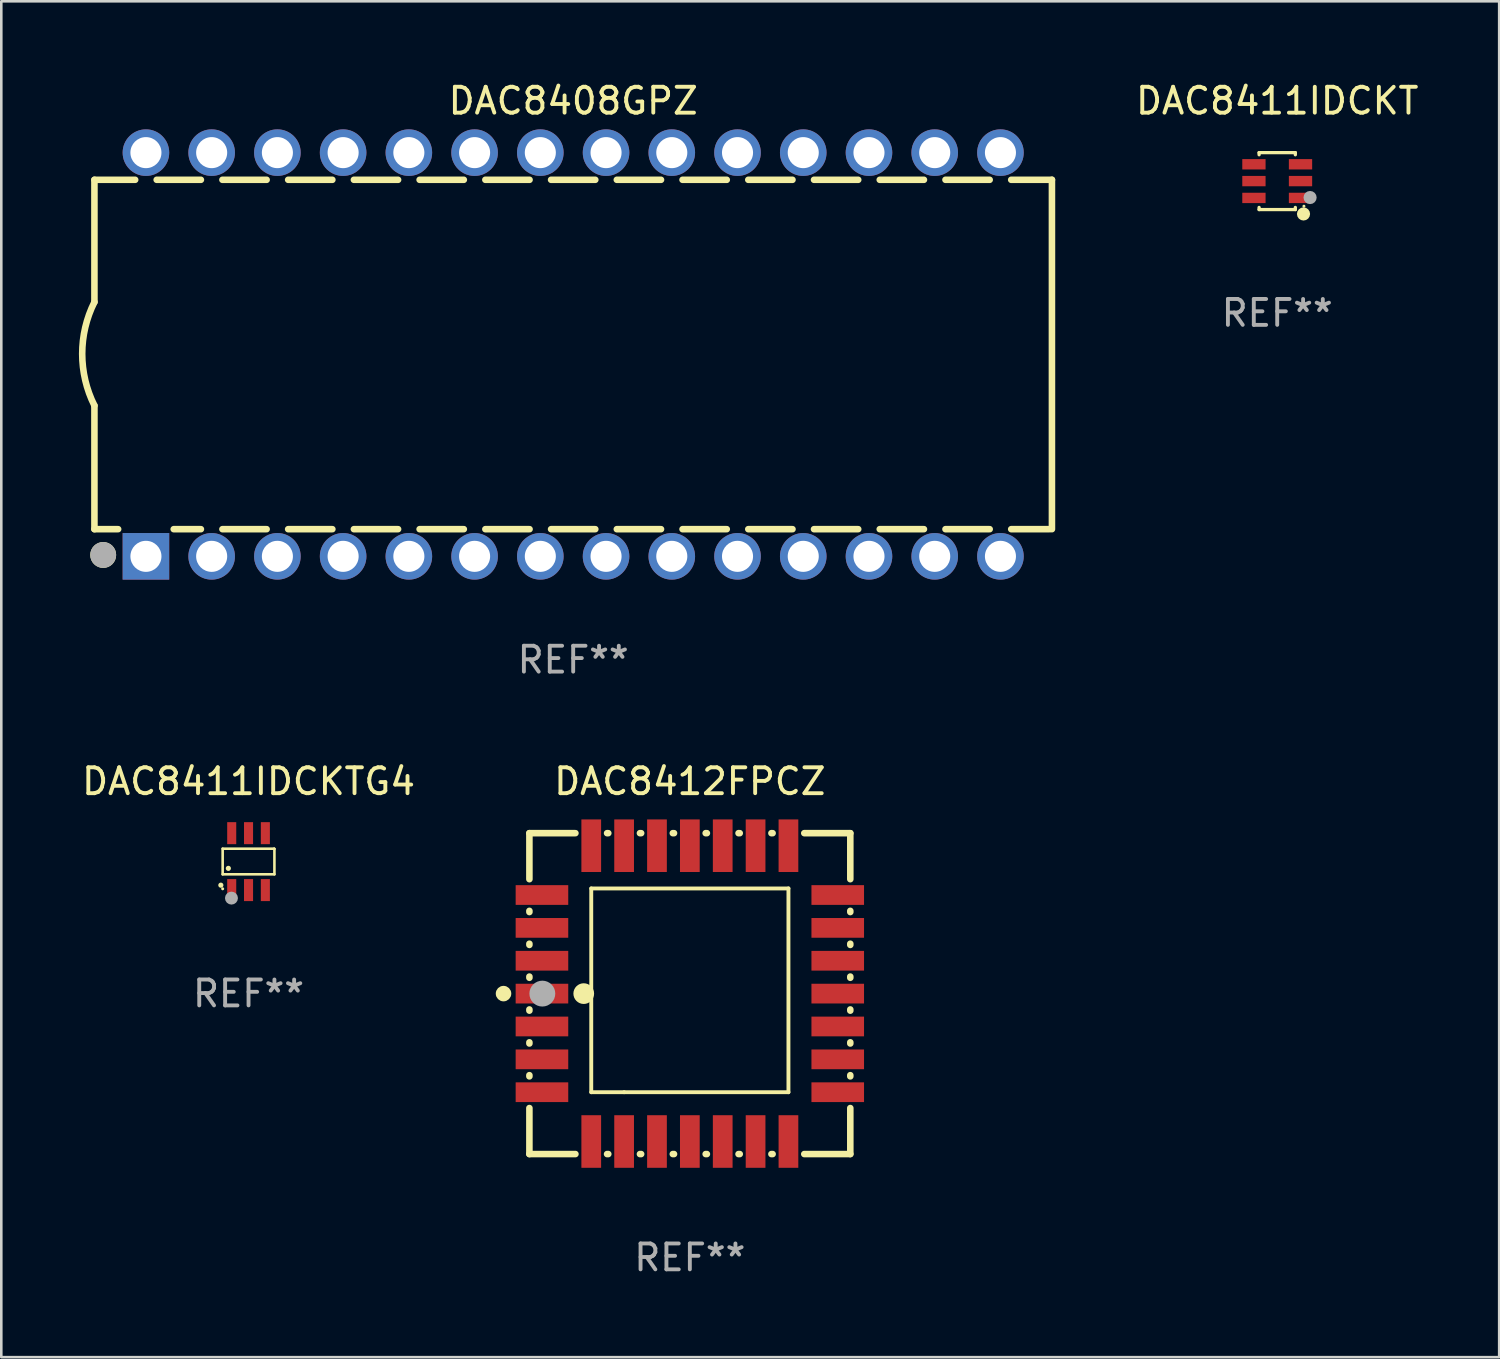
<source format=kicad_pcb>
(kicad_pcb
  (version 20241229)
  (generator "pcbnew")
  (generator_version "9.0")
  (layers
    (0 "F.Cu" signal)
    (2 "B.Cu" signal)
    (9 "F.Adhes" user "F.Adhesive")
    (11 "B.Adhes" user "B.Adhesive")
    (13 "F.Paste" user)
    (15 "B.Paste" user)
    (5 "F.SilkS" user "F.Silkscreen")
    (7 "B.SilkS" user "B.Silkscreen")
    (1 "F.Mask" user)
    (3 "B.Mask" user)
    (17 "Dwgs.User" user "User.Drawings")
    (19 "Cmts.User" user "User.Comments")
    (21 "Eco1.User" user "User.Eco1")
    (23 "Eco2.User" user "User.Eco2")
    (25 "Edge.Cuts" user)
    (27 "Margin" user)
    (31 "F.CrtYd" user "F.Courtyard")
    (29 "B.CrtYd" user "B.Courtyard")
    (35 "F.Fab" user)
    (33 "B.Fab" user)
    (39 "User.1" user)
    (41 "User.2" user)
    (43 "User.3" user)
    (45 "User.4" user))
  (footprint "DAC8411IDCKTG4"
    (layer "F.Cu")
    (at 6.554 30.245)
    (property "Reference" "DAC8411IDCKTG4" (at 0 -3.1 0) (layer "F.SilkS") (effects (font (size 1 1) (thickness 0.15))))
    (attr through_hole)
    (fp_line (start -1 -0.5) (end -1 0.49) (stroke (width 0.1) (type solid)) (layer "F.SilkS"))
    (fp_line (start -1 0.49) (end 1 0.49) (stroke (width 0.1) (type solid)) (layer "F.SilkS"))
    (fp_line (start 0.99 -0.5) (end -1 -0.5) (stroke (width 0.1) (type solid)) (layer "F.SilkS"))
    (fp_line (start 1 -0.49) (end 0.99 -0.5) (stroke (width 0.1) (type solid)) (layer "F.SilkS"))
    (fp_line (start 1 0.49) (end 1 -0.49) (stroke (width 0.1) (type solid)) (layer "F.SilkS"))
    (fp_circle (center -1.07 0.91) (end -1.02 0.91) (stroke (width 0.1) (type solid)) (fill no) (layer "F.SilkS"))
    (fp_circle (center -1 1.05) (end -0.97 1.05) (stroke (width 0.06) (type solid)) (fill no) (layer "F.SilkS"))
    (fp_circle (center -0.78 0.26) (end -0.73 0.26) (stroke (width 0.1) (type solid)) (fill no) (layer "F.SilkS"))
    (fp_circle (center -0.66 1.41) (end -0.535 1.41) (stroke (width 0.25) (type solid)) (fill no) (layer "F.Fab"))
    (fp_text user "REF**" (at 0 5.1 0) (layer "F.Fab") (effects (font (size 1 1) (thickness 0.15))))
    (pad "1" smd rect (at -0.65 1.1) (size 0.35 0.85) (layers "F.Cu" "F.Mask" "F.Paste"))
    (pad "2" smd rect (at 0 1.1) (size 0.35 0.85) (layers "F.Cu" "F.Mask" "F.Paste"))
    (pad "3" smd rect (at 0.65 1.1) (size 0.35 0.85) (layers "F.Cu" "F.Mask" "F.Paste"))
    (pad "4" smd rect (at 0.65 -1.1) (size 0.35 0.85) (layers "F.Cu" "F.Mask" "F.Paste"))
    (pad "5" smd rect (at 0 -1.1) (size 0.35 0.85) (layers "F.Cu" "F.Mask" "F.Paste"))
    (pad "6" smd rect (at -0.65 -1.1) (size 0.35 0.85) (layers "F.Cu" "F.Mask" "F.Paste")))
  (footprint "DAC8411IDCKT"
    (layer "F.Cu")
    (at 46.304 3.948)
    (property "Reference" "DAC8411IDCKT" (at 0 -3.1 0) (layer "F.SilkS") (effects (font (size 1 1) (thickness 0.15))))
    (attr through_hole)
    (fp_line (start -0.7 -1.018) (end -0.7 -1.1) (stroke (width 0.127) (type solid)) (layer "F.SilkS"))
    (fp_line (start -0.7 1.1) (end -0.7 1.018) (stroke (width 0.127) (type solid)) (layer "F.SilkS"))
    (fp_line (start 0.7 -1.1) (end -0.7 -1.1) (stroke (width 0.127) (type solid)) (layer "F.SilkS"))
    (fp_line (start 0.7 -1.018) (end 0.7 -1.1) (stroke (width 0.127) (type solid)) (layer "F.SilkS"))
    (fp_line (start 0.7 1.1) (end -0.7 1.1) (stroke (width 0.127) (type solid)) (layer "F.SilkS"))
    (fp_line (start 0.7 1.1) (end 0.7 1.018) (stroke (width 0.127) (type solid)) (layer "F.SilkS"))
    (fp_circle (center 1.016 1.27) (end 1.143 1.27) (stroke (width 0.254) (type solid)) (fill no) (layer "F.SilkS"))
    (fp_circle (center 1.032 0.97) (end 1.062 0.97) (stroke (width 0.06) (type solid)) (fill no) (layer "F.SilkS"))
    (fp_circle (center 1.27 0.635) (end 1.397 0.635) (stroke (width 0.254) (type solid)) (fill no) (layer "F.Fab"))
    (fp_text user "REF**" (at 0 5.1 0) (layer "F.Fab") (effects (font (size 1 1) (thickness 0.15))))
    (pad "1" smd rect (at 0.9 0.65 90) (size 0.4 0.9) (layers "F.Cu" "F.Mask" "F.Paste"))
    (pad "2" smd rect (at 0.9 -0.000102 90) (size 0.4 0.9) (layers "F.Cu" "F.Mask" "F.Paste"))
    (pad "3" smd rect (at 0.9 -0.65 90) (size 0.4 0.9) (layers "F.Cu" "F.Mask" "F.Paste"))
    (pad "4" smd rect (at -0.9 -0.65 90) (size 0.4 0.9) (layers "F.Cu" "F.Mask" "F.Paste"))
    (pad "5" smd rect (at -0.9 -0.000102 90) (size 0.4 0.9) (layers "F.Cu" "F.Mask" "F.Paste"))
    (pad "6" smd rect (at -0.9 0.65 90) (size 0.4 0.9) (layers "F.Cu" "F.Mask" "F.Paste")))
  (footprint "DAC8408GPZ"
    (layer "F.Cu")
    (at 19.099 10.648)
    (property "Reference" "DAC8408GPZ" (at 0 -9.8 0) (layer "F.SilkS") (effects (font (size 1 1) (thickness 0.15))))
    (attr through_hole)
    (fp_line (start -18.5 -6.75) (end -18.5 -2.026) (stroke (width 0.254) (type solid)) (layer "F.SilkS"))
    (fp_line (start -18.5 -6.75) (end -16.926 -6.75) (stroke (width 0.254) (type solid)) (layer "F.SilkS"))
    (fp_line (start -18.5 6.75) (end -18.5 1.974) (stroke (width 0.254) (type solid)) (layer "F.SilkS"))
    (fp_line (start -18.5 6.75) (end -17.584 6.75) (stroke (width 0.254) (type solid)) (layer "F.SilkS"))
    (fp_line (start -16.094 -6.75) (end -14.386 -6.75) (stroke (width 0.254) (type solid)) (layer "F.SilkS"))
    (fp_line (start -15.436 6.75) (end -14.386 6.75) (stroke (width 0.254) (type solid)) (layer "F.SilkS"))
    (fp_line (start -13.554 -6.75) (end -11.846 -6.75) (stroke (width 0.254) (type solid)) (layer "F.SilkS"))
    (fp_line (start -13.554 6.75) (end -11.846 6.75) (stroke (width 0.254) (type solid)) (layer "F.SilkS"))
    (fp_line (start -11.014 -6.75) (end -9.306 -6.75) (stroke (width 0.254) (type solid)) (layer "F.SilkS"))
    (fp_line (start -11.014 6.75) (end -9.306 6.75) (stroke (width 0.254) (type solid)) (layer "F.SilkS"))
    (fp_line (start -8.474 -6.75) (end -6.766 -6.75) (stroke (width 0.254) (type solid)) (layer "F.SilkS"))
    (fp_line (start -8.474 6.75) (end -6.766 6.75) (stroke (width 0.254) (type solid)) (layer "F.SilkS"))
    (fp_line (start -5.934 -6.75) (end -4.226 -6.75) (stroke (width 0.254) (type solid)) (layer "F.SilkS"))
    (fp_line (start -5.934 6.75) (end -4.226 6.75) (stroke (width 0.254) (type solid)) (layer "F.SilkS"))
    (fp_line (start -3.394 -6.75) (end -1.686 -6.75) (stroke (width 0.254) (type solid)) (layer "F.SilkS"))
    (fp_line (start -3.394 6.75) (end -1.686 6.75) (stroke (width 0.254) (type solid)) (layer "F.SilkS"))
    (fp_line (start -0.854 -6.75) (end 0.854 -6.75) (stroke (width 0.254) (type solid)) (layer "F.SilkS"))
    (fp_line (start -0.854 6.75) (end 0.854 6.75) (stroke (width 0.254) (type solid)) (layer "F.SilkS"))
    (fp_line (start 1.686 -6.75) (end 3.394 -6.75) (stroke (width 0.254) (type solid)) (layer "F.SilkS"))
    (fp_line (start 1.686 6.75) (end 3.394 6.75) (stroke (width 0.254) (type solid)) (layer "F.SilkS"))
    (fp_line (start 4.226 -6.75) (end 5.934 -6.75) (stroke (width 0.254) (type solid)) (layer "F.SilkS"))
    (fp_line (start 4.226 6.75) (end 5.934 6.75) (stroke (width 0.254) (type solid)) (layer "F.SilkS"))
    (fp_line (start 6.766 -6.75) (end 8.474 -6.75) (stroke (width 0.254) (type solid)) (layer "F.SilkS"))
    (fp_line (start 6.766 6.75) (end 8.474 6.75) (stroke (width 0.254) (type solid)) (layer "F.SilkS"))
    (fp_line (start 9.306 -6.75) (end 11.014 -6.75) (stroke (width 0.254) (type solid)) (layer "F.SilkS"))
    (fp_line (start 9.306 6.75) (end 11.014 6.75) (stroke (width 0.254) (type solid)) (layer "F.SilkS"))
    (fp_line (start 11.846 -6.75) (end 13.554 -6.75) (stroke (width 0.254) (type solid)) (layer "F.SilkS"))
    (fp_line (start 11.846 6.75) (end 13.554 6.75) (stroke (width 0.254) (type solid)) (layer "F.SilkS"))
    (fp_line (start 14.386 -6.75) (end 16.094 -6.75) (stroke (width 0.254) (type solid)) (layer "F.SilkS"))
    (fp_line (start 14.386 6.75) (end 16.094 6.75) (stroke (width 0.254) (type solid)) (layer "F.SilkS"))
    (fp_line (start 16.926 -6.75) (end 18.5 -6.75) (stroke (width 0.254) (type solid)) (layer "F.SilkS"))
    (fp_line (start 16.926 6.75) (end 18.415 6.75) (stroke (width 0.254) (type solid)) (layer "F.SilkS"))
    (fp_line (start 18.5 6.75) (end 18.5 -6.75) (stroke (width 0.254) (type solid)) (layer "F.SilkS"))
    (fp_arc (start -18.500051 1.974384) (mid -18.972187 -0.025616) (end -18.500051 -2.025616) (stroke (width 0.254001) (type solid)) (layer "F.SilkS"))
    (fp_circle (center -18.5 7.8) (end -18.47 7.8) (stroke (width 0.06) (type solid)) (fill no) (layer "F.SilkS"))
    (fp_circle (center -18.161 7.747) (end -17.911 7.747) (stroke (width 0.5) (type solid)) (fill no) (layer "F.SilkS"))
    (fp_circle (center -18.161 7.747) (end -17.911 7.747) (stroke (width 0.5) (type solid)) (fill no) (layer "F.Fab"))
    (fp_text user "REF**" (at 0 11.8 0) (layer "F.Fab") (effects (font (size 1 1) (thickness 0.15))))
    (pad "1" thru_hole rect (at -16.51 7.8) (size 1.8 1.8) (drill 1.2) (layers "*.Cu" "*.Mask"))
    (pad "2" thru_hole circle (at -13.97 7.8) (size 1.8 1.8) (drill 1.2) (layers "*.Cu" "*.Mask"))
    (pad "3" thru_hole circle (at -11.43 7.8) (size 1.8 1.8) (drill 1.2) (layers "*.Cu" "*.Mask"))
    (pad "4" thru_hole circle (at -8.89 7.8) (size 1.8 1.8) (drill 1.2) (layers "*.Cu" "*.Mask"))
    (pad "5" thru_hole circle (at -6.35 7.8) (size 1.8 1.8) (drill 1.2) (layers "*.Cu" "*.Mask"))
    (pad "6" thru_hole circle (at -3.81 7.8) (size 1.8 1.8) (drill 1.2) (layers "*.Cu" "*.Mask"))
    (pad "7" thru_hole circle (at -1.27 7.8) (size 1.8 1.8) (drill 1.2) (layers "*.Cu" "*.Mask"))
    (pad "8" thru_hole circle (at 1.27 7.8) (size 1.8 1.8) (drill 1.2) (layers "*.Cu" "*.Mask"))
    (pad "9" thru_hole circle (at 3.81 7.8) (size 1.8 1.8) (drill 1.2) (layers "*.Cu" "*.Mask"))
    (pad "10" thru_hole circle (at 6.35 7.8) (size 1.8 1.8) (drill 1.2) (layers "*.Cu" "*.Mask"))
    (pad "11" thru_hole circle (at 8.89 7.8) (size 1.8 1.8) (drill 1.2) (layers "*.Cu" "*.Mask"))
    (pad "12" thru_hole circle (at 11.43 7.8) (size 1.8 1.8) (drill 1.2) (layers "*.Cu" "*.Mask"))
    (pad "13" thru_hole circle (at 13.97 7.8) (size 1.8 1.8) (drill 1.2) (layers "*.Cu" "*.Mask"))
    (pad "14" thru_hole circle (at 16.51 7.8) (size 1.8 1.8) (drill 1.2) (layers "*.Cu" "*.Mask"))
    (pad "15" thru_hole circle (at 16.51 -7.8) (size 1.8 1.8) (drill 1.2) (layers "*.Cu" "*.Mask"))
    (pad "16" thru_hole circle (at 13.97 -7.8) (size 1.8 1.8) (drill 1.2) (layers "*.Cu" "*.Mask"))
    (pad "17" thru_hole circle (at 11.43 -7.8) (size 1.8 1.8) (drill 1.2) (layers "*.Cu" "*.Mask"))
    (pad "18" thru_hole circle (at 8.89 -7.8) (size 1.8 1.8) (drill 1.2) (layers "*.Cu" "*.Mask"))
    (pad "19" thru_hole circle (at 6.35 -7.8) (size 1.8 1.8) (drill 1.2) (layers "*.Cu" "*.Mask"))
    (pad "20" thru_hole circle (at 3.81 -7.8) (size 1.8 1.8) (drill 1.2) (layers "*.Cu" "*.Mask"))
    (pad "21" thru_hole circle (at 1.27 -7.8) (size 1.8 1.8) (drill 1.2) (layers "*.Cu" "*.Mask"))
    (pad "22" thru_hole circle (at -1.27 -7.8) (size 1.8 1.8) (drill 1.2) (layers "*.Cu" "*.Mask"))
    (pad "23" thru_hole circle (at -3.81 -7.8) (size 1.8 1.8) (drill 1.2) (layers "*.Cu" "*.Mask"))
    (pad "24" thru_hole circle (at -6.35 -7.8) (size 1.8 1.8) (drill 1.2) (layers "*.Cu" "*.Mask"))
    (pad "25" thru_hole circle (at -8.89 -7.8) (size 1.8 1.8) (drill 1.2) (layers "*.Cu" "*.Mask"))
    (pad "26" thru_hole circle (at -11.43 -7.8) (size 1.8 1.8) (drill 1.2) (layers "*.Cu" "*.Mask"))
    (pad "27" thru_hole circle (at -13.97 -7.8) (size 1.8 1.8) (drill 1.2) (layers "*.Cu" "*.Mask"))
    (pad "28" thru_hole circle (at -16.51 -7.8) (size 1.8 1.8) (drill 1.2) (layers "*.Cu" "*.Mask")))
  (footprint "DAC8412FPCZ"
    (layer "F.Cu")
    (at 23.607 35.345)
    (property "Reference" "DAC8412FPCZ" (at 0 -8.2 0) (layer "F.SilkS") (effects (font (size 1 1) (thickness 0.15))))
    (attr through_hole)
    (fp_line (start -6.2 -6.2) (end -4.422 -6.2) (stroke (width 0.254) (type solid)) (layer "F.SilkS"))
    (fp_line (start -6.2 -4.422) (end -6.2 -6.2) (stroke (width 0.254) (type solid)) (layer "F.SilkS"))
    (fp_line (start -6.2 -3.152) (end -6.2 -3.198) (stroke (width 0.254) (type solid)) (layer "F.SilkS"))
    (fp_line (start -6.2 -1.882) (end -6.2 -1.928) (stroke (width 0.254) (type solid)) (layer "F.SilkS"))
    (fp_line (start -6.2 -0.612) (end -6.2 -0.658) (stroke (width 0.254) (type solid)) (layer "F.SilkS"))
    (fp_line (start -6.2 0.658) (end -6.2 0.612) (stroke (width 0.254) (type solid)) (layer "F.SilkS"))
    (fp_line (start -6.2 1.928) (end -6.2 1.882) (stroke (width 0.254) (type solid)) (layer "F.SilkS"))
    (fp_line (start -6.2 3.198) (end -6.2 3.152) (stroke (width 0.254) (type solid)) (layer "F.SilkS"))
    (fp_line (start -6.2 6.2) (end -6.2 4.422) (stroke (width 0.254) (type solid)) (layer "F.SilkS"))
    (fp_line (start -4.422 6.2) (end -6.2 6.2) (stroke (width 0.254) (type solid)) (layer "F.SilkS"))
    (fp_line (start -3.81 -4.064) (end 3.81 -4.064) (stroke (width 0.15) (type solid)) (layer "F.SilkS"))
    (fp_line (start -3.81 3.81) (end -3.81 -4.064) (stroke (width 0.15) (type solid)) (layer "F.SilkS"))
    (fp_line (start -3.198 -6.2) (end -3.152 -6.2) (stroke (width 0.254) (type solid)) (layer "F.SilkS"))
    (fp_line (start -3.152 6.2) (end -3.198 6.2) (stroke (width 0.254) (type solid)) (layer "F.SilkS"))
    (fp_line (start -2.54 3.81) (end -3.81 3.81) (stroke (width 0.15) (type solid)) (layer "F.SilkS"))
    (fp_line (start -1.928 -6.2) (end -1.882 -6.2) (stroke (width 0.254) (type solid)) (layer "F.SilkS"))
    (fp_line (start -1.882 6.2) (end -1.928 6.2) (stroke (width 0.254) (type solid)) (layer "F.SilkS"))
    (fp_line (start -0.658 -6.2) (end -0.612 -6.2) (stroke (width 0.254) (type solid)) (layer "F.SilkS"))
    (fp_line (start -0.612 6.2) (end -0.658 6.2) (stroke (width 0.254) (type solid)) (layer "F.SilkS"))
    (fp_line (start 0.612 -6.2) (end 0.658 -6.2) (stroke (width 0.254) (type solid)) (layer "F.SilkS"))
    (fp_line (start 0.658 6.2) (end 0.612 6.2) (stroke (width 0.254) (type solid)) (layer "F.SilkS"))
    (fp_line (start 1.882 -6.2) (end 1.928 -6.2) (stroke (width 0.254) (type solid)) (layer "F.SilkS"))
    (fp_line (start 1.928 6.2) (end 1.882 6.2) (stroke (width 0.254) (type solid)) (layer "F.SilkS"))
    (fp_line (start 3.152 -6.2) (end 3.198 -6.2) (stroke (width 0.254) (type solid)) (layer "F.SilkS"))
    (fp_line (start 3.198 6.2) (end 3.152 6.2) (stroke (width 0.254) (type solid)) (layer "F.SilkS"))
    (fp_line (start 3.81 -4.064) (end 3.81 3.81) (stroke (width 0.15) (type solid)) (layer "F.SilkS"))
    (fp_line (start 3.81 3.81) (end -2.54 3.81) (stroke (width 0.15) (type solid)) (layer "F.SilkS"))
    (fp_line (start 4.422 -6.2) (end 6.2 -6.2) (stroke (width 0.254) (type solid)) (layer "F.SilkS"))
    (fp_line (start 6.2 -6.2) (end 6.2 -4.422) (stroke (width 0.254) (type solid)) (layer "F.SilkS"))
    (fp_line (start 6.2 -3.198) (end 6.2 -3.152) (stroke (width 0.254) (type solid)) (layer "F.SilkS"))
    (fp_line (start 6.2 -1.928) (end 6.2 -1.882) (stroke (width 0.254) (type solid)) (layer "F.SilkS"))
    (fp_line (start 6.2 -0.658) (end 6.2 -0.612) (stroke (width 0.254) (type solid)) (layer "F.SilkS"))
    (fp_line (start 6.2 0.612) (end 6.2 0.658) (stroke (width 0.254) (type solid)) (layer "F.SilkS"))
    (fp_line (start 6.2 1.882) (end 6.2 1.928) (stroke (width 0.254) (type solid)) (layer "F.SilkS"))
    (fp_line (start 6.2 3.152) (end 6.2 3.198) (stroke (width 0.254) (type solid)) (layer "F.SilkS"))
    (fp_line (start 6.2 4.422) (end 6.2 6.2) (stroke (width 0.254) (type solid)) (layer "F.SilkS"))
    (fp_line (start 6.2 6.2) (end 4.422 6.2) (stroke (width 0.254) (type solid)) (layer "F.SilkS"))
    (fp_circle (center -7.2 0) (end -7.05 0) (stroke (width 0.3) (type solid)) (fill no) (layer "F.SilkS"))
    (fp_circle (center -6.223 6.223) (end -6.193 6.223) (stroke (width 0.06) (type solid)) (fill no) (layer "F.SilkS"))
    (fp_circle (center -4.1 0) (end -3.9 0) (stroke (width 0.4) (type solid)) (fill no) (layer "F.SilkS"))
    (fp_circle (center -5.7 0) (end -5.45 0) (stroke (width 0.5) (type solid)) (fill no) (layer "F.Fab"))
    (fp_text user "REF**" (at 0 10.2 0) (layer "F.Fab") (effects (font (size 1 1) (thickness 0.15))))
    (pad "1" smd rect (at -5.715 0) (size 2.032 0.762) (layers "F.Cu" "F.Mask" "F.Paste"))
    (pad "2" smd rect (at -5.715 1.27) (size 2.032 0.762) (layers "F.Cu" "F.Mask" "F.Paste"))
    (pad "3" smd rect (at -5.715 2.54) (size 2.032 0.762) (layers "F.Cu" "F.Mask" "F.Paste"))
    (pad "4" smd rect (at -5.715 3.81) (size 2.032 0.762) (layers "F.Cu" "F.Mask" "F.Paste"))
    (pad "5" smd rect (at -3.81 5.715) (size 0.762 2.032) (layers "F.Cu" "F.Mask" "F.Paste"))
    (pad "6" smd rect (at -2.54 5.715) (size 0.762 2.032) (layers "F.Cu" "F.Mask" "F.Paste"))
    (pad "7" smd rect (at -1.27 5.715) (size 0.762 2.032) (layers "F.Cu" "F.Mask" "F.Paste"))
    (pad "8" smd rect (at 0 5.715) (size 0.762 2.032) (layers "F.Cu" "F.Mask" "F.Paste"))
    (pad "9" smd rect (at 1.27 5.715) (size 0.762 2.032) (layers "F.Cu" "F.Mask" "F.Paste"))
    (pad "10" smd rect (at 2.54 5.715) (size 0.762 2.032) (layers "F.Cu" "F.Mask" "F.Paste"))
    (pad "11" smd rect (at 3.81 5.715) (size 0.762 2.032) (layers "F.Cu" "F.Mask" "F.Paste"))
    (pad "12" smd rect (at 5.715 3.81) (size 2.032 0.762) (layers "F.Cu" "F.Mask" "F.Paste"))
    (pad "13" smd rect (at 5.715 2.54) (size 2.032 0.762) (layers "F.Cu" "F.Mask" "F.Paste"))
    (pad "14" smd rect (at 5.715 1.27) (size 2.032 0.762) (layers "F.Cu" "F.Mask" "F.Paste"))
    (pad "15" smd rect (at 5.715 0) (size 2.032 0.762) (layers "F.Cu" "F.Mask" "F.Paste"))
    (pad "16" smd rect (at 5.715 -1.27) (size 2.032 0.762) (layers "F.Cu" "F.Mask" "F.Paste"))
    (pad "17" smd rect (at 5.715 -2.54) (size 2.032 0.762) (layers "F.Cu" "F.Mask" "F.Paste"))
    (pad "18" smd rect (at 5.715 -3.81) (size 2.032 0.762) (layers "F.Cu" "F.Mask" "F.Paste"))
    (pad "19" smd rect (at 3.81 -5.715) (size 0.762 2.032) (layers "F.Cu" "F.Mask" "F.Paste"))
    (pad "20" smd rect (at 2.54 -5.715) (size 0.762 2.032) (layers "F.Cu" "F.Mask" "F.Paste"))
    (pad "21" smd rect (at 1.27 -5.715) (size 0.762 2.032) (layers "F.Cu" "F.Mask" "F.Paste"))
    (pad "22" smd rect (at 0 -5.715) (size 0.762 2.032) (layers "F.Cu" "F.Mask" "F.Paste"))
    (pad "23" smd rect (at -1.27 -5.715) (size 0.762 2.032) (layers "F.Cu" "F.Mask" "F.Paste"))
    (pad "24" smd rect (at -2.54 -5.715) (size 0.762 2.032) (layers "F.Cu" "F.Mask" "F.Paste"))
    (pad "25" smd rect (at -3.81 -5.715) (size 0.762 2.032) (layers "F.Cu" "F.Mask" "F.Paste"))
    (pad "26" smd rect (at -5.715 -3.81) (size 2.032 0.762) (layers "F.Cu" "F.Mask" "F.Paste"))
    (pad "27" smd rect (at -5.715 -2.54) (size 2.032 0.762) (layers "F.Cu" "F.Mask" "F.Paste"))
    (pad "28" smd rect (at -5.715 -1.27) (size 2.032 0.762) (layers "F.Cu" "F.Mask" "F.Paste")))
  (gr_rect
    (start -3 -3)
    (end 54.881 49.393)
    (stroke (width 0.1) (type default))
    (fill no)
    (layer "Edge.Cuts")))
</source>
